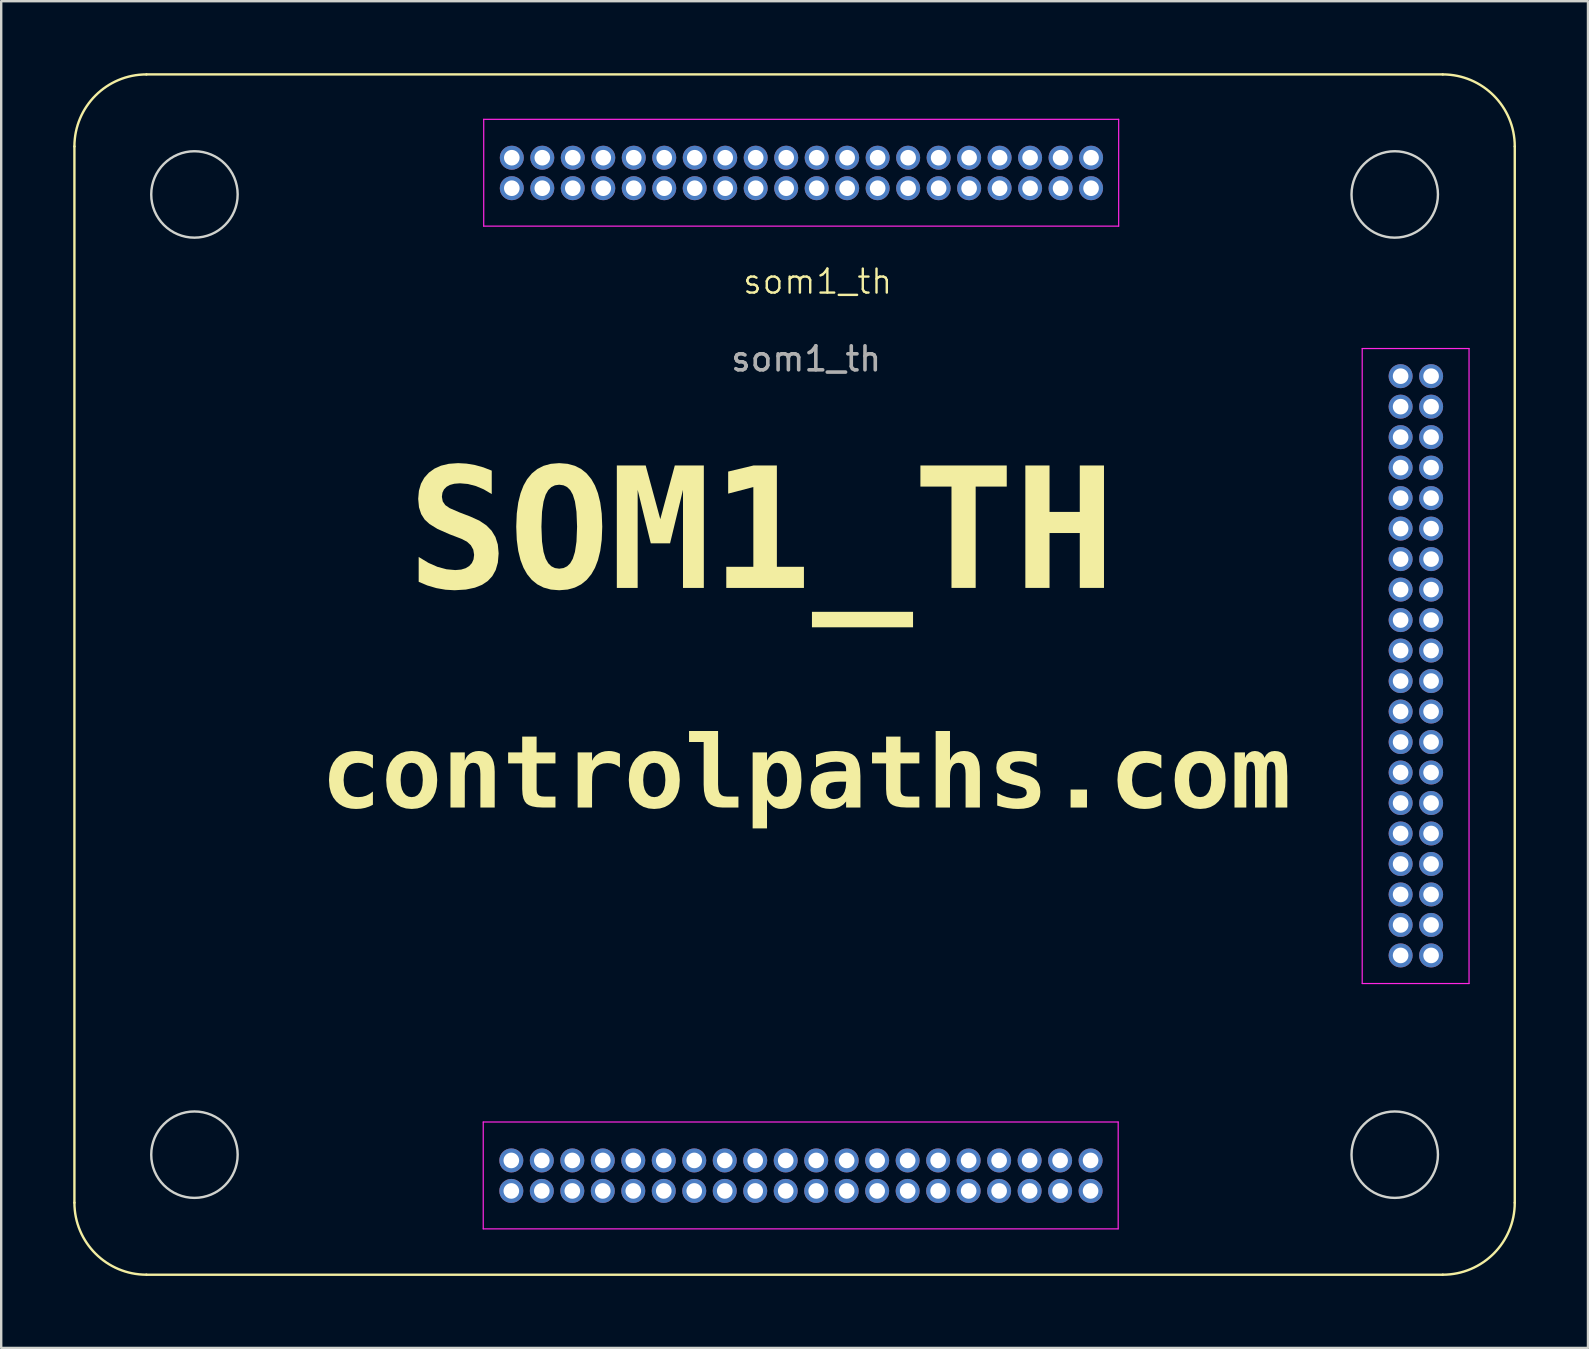
<source format=kicad_pcb>
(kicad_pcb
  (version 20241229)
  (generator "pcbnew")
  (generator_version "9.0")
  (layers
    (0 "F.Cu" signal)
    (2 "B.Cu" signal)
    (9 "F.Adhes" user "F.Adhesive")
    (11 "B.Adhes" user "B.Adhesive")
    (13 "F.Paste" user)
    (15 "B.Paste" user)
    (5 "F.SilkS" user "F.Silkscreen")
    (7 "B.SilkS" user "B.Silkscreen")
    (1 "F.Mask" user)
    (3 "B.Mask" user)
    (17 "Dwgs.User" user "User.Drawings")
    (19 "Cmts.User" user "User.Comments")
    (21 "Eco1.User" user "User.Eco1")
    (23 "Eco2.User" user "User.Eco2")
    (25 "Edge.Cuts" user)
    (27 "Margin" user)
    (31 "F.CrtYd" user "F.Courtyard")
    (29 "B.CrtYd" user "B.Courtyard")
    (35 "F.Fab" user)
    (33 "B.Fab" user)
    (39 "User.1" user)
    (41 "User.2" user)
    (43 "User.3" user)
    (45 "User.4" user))
  (footprint "som1_th"
    (layer "F.Cu")
    (at 10.05 10.05)
    (property "Reference" "som1_th" (at 20.96 -1.37 0) (unlocked yes) (layer "F.SilkS") (effects (font (size 1 1) (thickness 0.1))))
    (attr smd)
    (fp_line (start -10 37) (end -10 -7) (stroke (width 0.1) (type default)) (layer "F.SilkS"))
    (fp_line (start -7 -10) (end 47 -10) (stroke (width 0.1) (type default)) (layer "F.SilkS"))
    (fp_line (start 47 40) (end -7 40) (stroke (width 0.1) (type default)) (layer "F.SilkS"))
    (fp_line (start 50 -7) (end 50 37) (stroke (width 0.1) (type default)) (layer "F.SilkS"))
    (fp_arc (start -10 -7) (mid -9.12132 -9.12132) (end -7 -10) (stroke (width 0.1) (type default)) (layer "F.SilkS"))
    (fp_arc (start -7 40) (mid -9.12132 39.12132) (end -10 37) (stroke (width 0.1) (type default)) (layer "F.SilkS"))
    (fp_arc (start 47 -10) (mid 49.12132 -9.12132) (end 50 -7) (stroke (width 0.1) (type default)) (layer "F.SilkS"))
    (fp_arc (start 50 37) (mid 49.12132 39.12132) (end 47 40) (stroke (width 0.1) (type default)) (layer "F.SilkS"))
    (fp_circle (center -5 -5) (end -3.2 -5) (stroke (width 0.1) (type default)) (fill no) (layer "Edge.Cuts"))
    (fp_circle (center -5 35) (end -3.2 35) (stroke (width 0.1) (type default)) (fill no) (layer "Edge.Cuts"))
    (fp_circle (center 45 -5) (end 46.8 -5) (stroke (width 0.1) (type default)) (fill no) (layer "Edge.Cuts"))
    (fp_circle (center 45 35) (end 46.8 35) (stroke (width 0.1) (type default)) (fill no) (layer "Edge.Cuts"))
    (fp_line (start 7.03 33.64) (end 7.03 38.09) (stroke (width 0.05) (type solid)) (layer "F.CrtYd"))
    (fp_line (start 7.03 38.09) (end 33.48 38.09) (stroke (width 0.05) (type solid)) (layer "F.CrtYd"))
    (fp_line (start 7.05 -8.13) (end 7.05 -3.68) (stroke (width 0.05) (type solid)) (layer "F.CrtYd"))
    (fp_line (start 7.05 -3.68) (end 33.5 -3.68) (stroke (width 0.05) (type solid)) (layer "F.CrtYd"))
    (fp_line (start 33.48 33.64) (end 7.03 33.64) (stroke (width 0.05) (type solid)) (layer "F.CrtYd"))
    (fp_line (start 33.48 38.09) (end 33.48 33.64) (stroke (width 0.05) (type solid)) (layer "F.CrtYd"))
    (fp_line (start 33.5 -8.13) (end 7.05 -8.13) (stroke (width 0.05) (type solid)) (layer "F.CrtYd"))
    (fp_line (start 33.5 -3.68) (end 33.5 -8.13) (stroke (width 0.05) (type solid)) (layer "F.CrtYd"))
    (fp_line (start 43.645 1.42) (end 43.645 27.87) (stroke (width 0.05) (type solid)) (layer "F.CrtYd"))
    (fp_line (start 43.645 27.87) (end 48.095 27.87) (stroke (width 0.05) (type solid)) (layer "F.CrtYd"))
    (fp_line (start 48.095 1.42) (end 43.645 1.42) (stroke (width 0.05) (type solid)) (layer "F.CrtYd"))
    (fp_line (start 48.095 27.87) (end 48.095 1.42) (stroke (width 0.05) (type solid)) (layer "F.CrtYd"))
    (fp_text user "SOM1_TH" (at 3.88 12.24 0) (unlocked yes) (layer "F.SilkS") (effects (font (face "FreeMono") (size 5 5) (thickness 1) (bold yes)) (justify left bottom)))
    (fp_text user "controlpaths.com" (at 0.26 21.05 0) (unlocked yes) (layer "F.SilkS") (effects (font (face "FreeMono") (size 3 3) (thickness 0.75) (bold yes)) (justify left bottom)))
    (fp_text user "${REFERENCE}" (at 20.48 1.85 0) (unlocked yes) (layer "F.Fab") (effects (font (size 1 1) (thickness 0.15))))
    (pad "1_1" thru_hole oval (at 8.22 -6.53 270) (size 1 1) (drill 0.65) (layers "*.Cu" "*.Mask"))
    (pad "1_2" thru_hole oval (at 8.22 -5.26 270) (size 1 1) (drill 0.65) (layers "*.Cu" "*.Mask"))
    (pad "1_3" thru_hole oval (at 9.49 -6.53 270) (size 1 1) (drill 0.65) (layers "*.Cu" "*.Mask"))
    (pad "1_4" thru_hole oval (at 9.49 -5.26 270) (size 1 1) (drill 0.65) (layers "*.Cu" "*.Mask"))
    (pad "1_5" thru_hole oval (at 10.76 -6.53 270) (size 1 1) (drill 0.65) (layers "*.Cu" "*.Mask"))
    (pad "1_6" thru_hole oval (at 10.76 -5.26 270) (size 1 1) (drill 0.65) (layers "*.Cu" "*.Mask"))
    (pad "1_7" thru_hole oval (at 12.03 -6.53 270) (size 1 1) (drill 0.65) (layers "*.Cu" "*.Mask"))
    (pad "1_8" thru_hole oval (at 12.03 -5.26 270) (size 1 1) (drill 0.65) (layers "*.Cu" "*.Mask"))
    (pad "1_9" thru_hole oval (at 13.3 -6.53 270) (size 1 1) (drill 0.65) (layers "*.Cu" "*.Mask"))
    (pad "1_10" thru_hole oval (at 13.3 -5.26 270) (size 1 1) (drill 0.65) (layers "*.Cu" "*.Mask"))
    (pad "1_11" thru_hole oval (at 14.57 -6.53 270) (size 1 1) (drill 0.65) (layers "*.Cu" "*.Mask"))
    (pad "1_12" thru_hole oval (at 14.57 -5.26 270) (size 1 1) (drill 0.65) (layers "*.Cu" "*.Mask"))
    (pad "1_13" thru_hole oval (at 15.84 -6.53 270) (size 1 1) (drill 0.65) (layers "*.Cu" "*.Mask"))
    (pad "1_14" thru_hole oval (at 15.84 -5.26 270) (size 1 1) (drill 0.65) (layers "*.Cu" "*.Mask"))
    (pad "1_15" thru_hole oval (at 17.11 -6.53 270) (size 1 1) (drill 0.65) (layers "*.Cu" "*.Mask"))
    (pad "1_16" thru_hole oval (at 17.11 -5.26 270) (size 1 1) (drill 0.65) (layers "*.Cu" "*.Mask"))
    (pad "1_17" thru_hole oval (at 18.38 -6.53 270) (size 1 1) (drill 0.65) (layers "*.Cu" "*.Mask"))
    (pad "1_18" thru_hole oval (at 18.38 -5.26 270) (size 1 1) (drill 0.65) (layers "*.Cu" "*.Mask"))
    (pad "1_19" thru_hole oval (at 19.65 -6.53 270) (size 1 1) (drill 0.65) (layers "*.Cu" "*.Mask"))
    (pad "1_20" thru_hole oval (at 19.65 -5.26 270) (size 1 1) (drill 0.65) (layers "*.Cu" "*.Mask"))
    (pad "1_21" thru_hole oval (at 20.92 -6.53 270) (size 1 1) (drill 0.65) (layers "*.Cu" "*.Mask"))
    (pad "1_22" thru_hole oval (at 20.92 -5.26 270) (size 1 1) (drill 0.65) (layers "*.Cu" "*.Mask"))
    (pad "1_23" thru_hole oval (at 22.19 -6.53 270) (size 1 1) (drill 0.65) (layers "*.Cu" "*.Mask"))
    (pad "1_24" thru_hole oval (at 22.19 -5.26 270) (size 1 1) (drill 0.65) (layers "*.Cu" "*.Mask"))
    (pad "1_25" thru_hole oval (at 23.46 -6.53 270) (size 1 1) (drill 0.65) (layers "*.Cu" "*.Mask"))
    (pad "1_26" thru_hole oval (at 23.46 -5.26 270) (size 1 1) (drill 0.65) (layers "*.Cu" "*.Mask"))
    (pad "1_27" thru_hole oval (at 24.73 -6.53 270) (size 1 1) (drill 0.65) (layers "*.Cu" "*.Mask"))
    (pad "1_28" thru_hole oval (at 24.73 -5.26 270) (size 1 1) (drill 0.65) (layers "*.Cu" "*.Mask"))
    (pad "1_29" thru_hole oval (at 26 -6.53 270) (size 1 1) (drill 0.65) (layers "*.Cu" "*.Mask"))
    (pad "1_30" thru_hole oval (at 26 -5.26 270) (size 1 1) (drill 0.65) (layers "*.Cu" "*.Mask"))
    (pad "1_31" thru_hole oval (at 27.27 -6.53 270) (size 1 1) (drill 0.65) (layers "*.Cu" "*.Mask"))
    (pad "1_32" thru_hole oval (at 27.27 -5.26 270) (size 1 1) (drill 0.65) (layers "*.Cu" "*.Mask"))
    (pad "1_33" thru_hole oval (at 28.54 -6.53 270) (size 1 1) (drill 0.65) (layers "*.Cu" "*.Mask"))
    (pad "1_34" thru_hole oval (at 28.54 -5.26 270) (size 1 1) (drill 0.65) (layers "*.Cu" "*.Mask"))
    (pad "1_35" thru_hole oval (at 29.81 -6.53 270) (size 1 1) (drill 0.65) (layers "*.Cu" "*.Mask"))
    (pad "1_36" thru_hole oval (at 29.81 -5.26 270) (size 1 1) (drill 0.65) (layers "*.Cu" "*.Mask"))
    (pad "1_37" thru_hole oval (at 31.08 -6.53 270) (size 1 1) (drill 0.65) (layers "*.Cu" "*.Mask"))
    (pad "1_38" thru_hole oval (at 31.08 -5.26 270) (size 1 1) (drill 0.65) (layers "*.Cu" "*.Mask"))
    (pad "1_39" thru_hole circle (at 32.35 -6.53 270) (size 1 1) (drill 0.65) (layers "*.Cu" "*.Mask"))
    (pad "1_40" thru_hole oval (at 32.35 -5.26 270) (size 1 1) (drill 0.65) (layers "*.Cu" "*.Mask"))
    (pad "2_1" thru_hole oval (at 32.33 36.51 270) (size 1 1) (drill 0.65) (layers "*.Cu" "*.Mask"))
    (pad "2_2" thru_hole circle (at 32.33 35.24 270) (size 1 1) (drill 0.65) (layers "*.Cu" "*.Mask"))
    (pad "2_3" thru_hole oval (at 31.06 36.51 270) (size 1 1) (drill 0.65) (layers "*.Cu" "*.Mask"))
    (pad "2_4" thru_hole oval (at 31.06 35.24 270) (size 1 1) (drill 0.65) (layers "*.Cu" "*.Mask"))
    (pad "2_5" thru_hole oval (at 29.79 36.51 270) (size 1 1) (drill 0.65) (layers "*.Cu" "*.Mask"))
    (pad "2_6" thru_hole oval (at 29.79 35.24 270) (size 1 1) (drill 0.65) (layers "*.Cu" "*.Mask"))
    (pad "2_7" thru_hole oval (at 28.52 36.51 270) (size 1 1) (drill 0.65) (layers "*.Cu" "*.Mask"))
    (pad "2_8" thru_hole oval (at 28.52 35.24 270) (size 1 1) (drill 0.65) (layers "*.Cu" "*.Mask"))
    (pad "2_9" thru_hole oval (at 27.25 36.51 270) (size 1 1) (drill 0.65) (layers "*.Cu" "*.Mask"))
    (pad "2_10" thru_hole oval (at 27.25 35.24 270) (size 1 1) (drill 0.65) (layers "*.Cu" "*.Mask"))
    (pad "2_11" thru_hole oval (at 25.98 36.51 270) (size 1 1) (drill 0.65) (layers "*.Cu" "*.Mask"))
    (pad "2_12" thru_hole oval (at 25.98 35.24 270) (size 1 1) (drill 0.65) (layers "*.Cu" "*.Mask"))
    (pad "2_13" thru_hole oval (at 24.71 36.51 270) (size 1 1) (drill 0.65) (layers "*.Cu" "*.Mask"))
    (pad "2_14" thru_hole oval (at 24.71 35.24 270) (size 1 1) (drill 0.65) (layers "*.Cu" "*.Mask"))
    (pad "2_15" thru_hole oval (at 23.44 36.51 270) (size 1 1) (drill 0.65) (layers "*.Cu" "*.Mask"))
    (pad "2_16" thru_hole oval (at 23.44 35.24 270) (size 1 1) (drill 0.65) (layers "*.Cu" "*.Mask"))
    (pad "2_17" thru_hole oval (at 22.17 36.51 270) (size 1 1) (drill 0.65) (layers "*.Cu" "*.Mask"))
    (pad "2_18" thru_hole oval (at 22.17 35.24 270) (size 1 1) (drill 0.65) (layers "*.Cu" "*.Mask"))
    (pad "2_19" thru_hole oval (at 20.9 36.51 270) (size 1 1) (drill 0.65) (layers "*.Cu" "*.Mask"))
    (pad "2_20" thru_hole oval (at 20.9 35.24 270) (size 1 1) (drill 0.65) (layers "*.Cu" "*.Mask"))
    (pad "2_21" thru_hole oval (at 19.63 36.51 270) (size 1 1) (drill 0.65) (layers "*.Cu" "*.Mask"))
    (pad "2_22" thru_hole oval (at 19.63 35.24 270) (size 1 1) (drill 0.65) (layers "*.Cu" "*.Mask"))
    (pad "2_23" thru_hole oval (at 18.36 36.51 270) (size 1 1) (drill 0.65) (layers "*.Cu" "*.Mask"))
    (pad "2_24" thru_hole oval (at 18.36 35.24 270) (size 1 1) (drill 0.65) (layers "*.Cu" "*.Mask"))
    (pad "2_25" thru_hole oval (at 17.09 36.51 270) (size 1 1) (drill 0.65) (layers "*.Cu" "*.Mask"))
    (pad "2_26" thru_hole oval (at 17.09 35.24 270) (size 1 1) (drill 0.65) (layers "*.Cu" "*.Mask"))
    (pad "2_27" thru_hole oval (at 15.82 36.51 270) (size 1 1) (drill 0.65) (layers "*.Cu" "*.Mask"))
    (pad "2_28" thru_hole oval (at 15.82 35.24 270) (size 1 1) (drill 0.65) (layers "*.Cu" "*.Mask"))
    (pad "2_29" thru_hole oval (at 14.55 36.51 270) (size 1 1) (drill 0.65) (layers "*.Cu" "*.Mask"))
    (pad "2_30" thru_hole oval (at 14.55 35.24 270) (size 1 1) (drill 0.65) (layers "*.Cu" "*.Mask"))
    (pad "2_31" thru_hole oval (at 13.28 36.51 270) (size 1 1) (drill 0.65) (layers "*.Cu" "*.Mask"))
    (pad "2_32" thru_hole oval (at 13.28 35.24 270) (size 1 1) (drill 0.65) (layers "*.Cu" "*.Mask"))
    (pad "2_33" thru_hole oval (at 12.01 36.51 270) (size 1 1) (drill 0.65) (layers "*.Cu" "*.Mask"))
    (pad "2_34" thru_hole oval (at 12.01 35.24 270) (size 1 1) (drill 0.65) (layers "*.Cu" "*.Mask"))
    (pad "2_35" thru_hole oval (at 10.74 36.51 270) (size 1 1) (drill 0.65) (layers "*.Cu" "*.Mask"))
    (pad "2_36" thru_hole oval (at 10.74 35.24 270) (size 1 1) (drill 0.65) (layers "*.Cu" "*.Mask"))
    (pad "2_37" thru_hole oval (at 9.47 36.51 270) (size 1 1) (drill 0.65) (layers "*.Cu" "*.Mask"))
    (pad "2_38" thru_hole oval (at 9.47 35.24 270) (size 1 1) (drill 0.65) (layers "*.Cu" "*.Mask"))
    (pad "2_39" thru_hole oval (at 8.2 36.51 270) (size 1 1) (drill 0.65) (layers "*.Cu" "*.Mask"))
    (pad "2_40" thru_hole oval (at 8.2 35.24 270) (size 1 1) (drill 0.65) (layers "*.Cu" "*.Mask"))
    (pad "3_1" thru_hole oval (at 45.245 26.7) (size 1 1) (drill 0.65) (layers "*.Cu" "*.Mask"))
    (pad "3_2" thru_hole oval (at 46.515 26.7) (size 1 1) (drill 0.65) (layers "*.Cu" "*.Mask"))
    (pad "3_3" thru_hole oval (at 45.245 25.43) (size 1 1) (drill 0.65) (layers "*.Cu" "*.Mask"))
    (pad "3_4" thru_hole oval (at 46.515 25.43) (size 1 1) (drill 0.65) (layers "*.Cu" "*.Mask"))
    (pad "3_5" thru_hole oval (at 45.245 24.16) (size 1 1) (drill 0.65) (layers "*.Cu" "*.Mask"))
    (pad "3_6" thru_hole oval (at 46.515 24.16) (size 1 1) (drill 0.65) (layers "*.Cu" "*.Mask"))
    (pad "3_7" thru_hole oval (at 45.245 22.89) (size 1 1) (drill 0.65) (layers "*.Cu" "*.Mask"))
    (pad "3_8" thru_hole oval (at 46.515 22.89) (size 1 1) (drill 0.65) (layers "*.Cu" "*.Mask"))
    (pad "3_9" thru_hole oval (at 45.245 21.62) (size 1 1) (drill 0.65) (layers "*.Cu" "*.Mask"))
    (pad "3_10" thru_hole oval (at 46.515 21.62) (size 1 1) (drill 0.65) (layers "*.Cu" "*.Mask"))
    (pad "3_11" thru_hole oval (at 45.245 20.35) (size 1 1) (drill 0.65) (layers "*.Cu" "*.Mask"))
    (pad "3_12" thru_hole oval (at 46.515 20.35) (size 1 1) (drill 0.65) (layers "*.Cu" "*.Mask"))
    (pad "3_13" thru_hole oval (at 45.245 19.08) (size 1 1) (drill 0.65) (layers "*.Cu" "*.Mask"))
    (pad "3_14" thru_hole oval (at 46.515 19.08) (size 1 1) (drill 0.65) (layers "*.Cu" "*.Mask"))
    (pad "3_15" thru_hole oval (at 45.245 17.81) (size 1 1) (drill 0.65) (layers "*.Cu" "*.Mask"))
    (pad "3_16" thru_hole oval (at 46.515 17.81) (size 1 1) (drill 0.65) (layers "*.Cu" "*.Mask"))
    (pad "3_17" thru_hole oval (at 45.245 16.54) (size 1 1) (drill 0.65) (layers "*.Cu" "*.Mask"))
    (pad "3_18" thru_hole oval (at 46.515 16.54) (size 1 1) (drill 0.65) (layers "*.Cu" "*.Mask"))
    (pad "3_19" thru_hole oval (at 45.245 15.27) (size 1 1) (drill 0.65) (layers "*.Cu" "*.Mask"))
    (pad "3_20" thru_hole oval (at 46.515 15.27) (size 1 1) (drill 0.65) (layers "*.Cu" "*.Mask"))
    (pad "3_21" thru_hole oval (at 45.245 14) (size 1 1) (drill 0.65) (layers "*.Cu" "*.Mask"))
    (pad "3_22" thru_hole oval (at 46.515 14) (size 1 1) (drill 0.65) (layers "*.Cu" "*.Mask"))
    (pad "3_23" thru_hole oval (at 45.245 12.73) (size 1 1) (drill 0.65) (layers "*.Cu" "*.Mask"))
    (pad "3_24" thru_hole oval (at 46.515 12.73) (size 1 1) (drill 0.65) (layers "*.Cu" "*.Mask"))
    (pad "3_25" thru_hole oval (at 45.245 11.46) (size 1 1) (drill 0.65) (layers "*.Cu" "*.Mask"))
    (pad "3_26" thru_hole oval (at 46.515 11.46) (size 1 1) (drill 0.65) (layers "*.Cu" "*.Mask"))
    (pad "3_27" thru_hole oval (at 45.245 10.19) (size 1 1) (drill 0.65) (layers "*.Cu" "*.Mask"))
    (pad "3_28" thru_hole oval (at 46.515 10.19) (size 1 1) (drill 0.65) (layers "*.Cu" "*.Mask"))
    (pad "3_29" thru_hole oval (at 45.245 8.92) (size 1 1) (drill 0.65) (layers "*.Cu" "*.Mask"))
    (pad "3_30" thru_hole oval (at 46.515 8.92) (size 1 1) (drill 0.65) (layers "*.Cu" "*.Mask"))
    (pad "3_31" thru_hole oval (at 45.245 7.65) (size 1 1) (drill 0.65) (layers "*.Cu" "*.Mask"))
    (pad "3_32" thru_hole oval (at 46.515 7.65) (size 1 1) (drill 0.65) (layers "*.Cu" "*.Mask"))
    (pad "3_33" thru_hole oval (at 45.245 6.38) (size 1 1) (drill 0.65) (layers "*.Cu" "*.Mask"))
    (pad "3_34" thru_hole oval (at 46.515 6.38) (size 1 1) (drill 0.65) (layers "*.Cu" "*.Mask"))
    (pad "3_35" thru_hole oval (at 45.245 5.11) (size 1 1) (drill 0.65) (layers "*.Cu" "*.Mask"))
    (pad "3_36" thru_hole oval (at 46.515 5.11) (size 1 1) (drill 0.65) (layers "*.Cu" "*.Mask"))
    (pad "3_37" thru_hole oval (at 45.245 3.84) (size 1 1) (drill 0.65) (layers "*.Cu" "*.Mask"))
    (pad "3_38" thru_hole oval (at 46.515 3.84) (size 1 1) (drill 0.65) (layers "*.Cu" "*.Mask"))
    (pad "3_39" thru_hole circle (at 45.245 2.57) (size 1 1) (drill 0.65) (layers "*.Cu" "*.Mask"))
    (pad "3_40" thru_hole oval (at 46.515 2.57) (size 1 1) (drill 0.65) (layers "*.Cu" "*.Mask")))
  (gr_rect
    (start -3 -3)
    (end 63.1 53.1)
    (stroke (width 0.1) (type default))
    (fill no)
    (layer "Edge.Cuts")))
</source>
